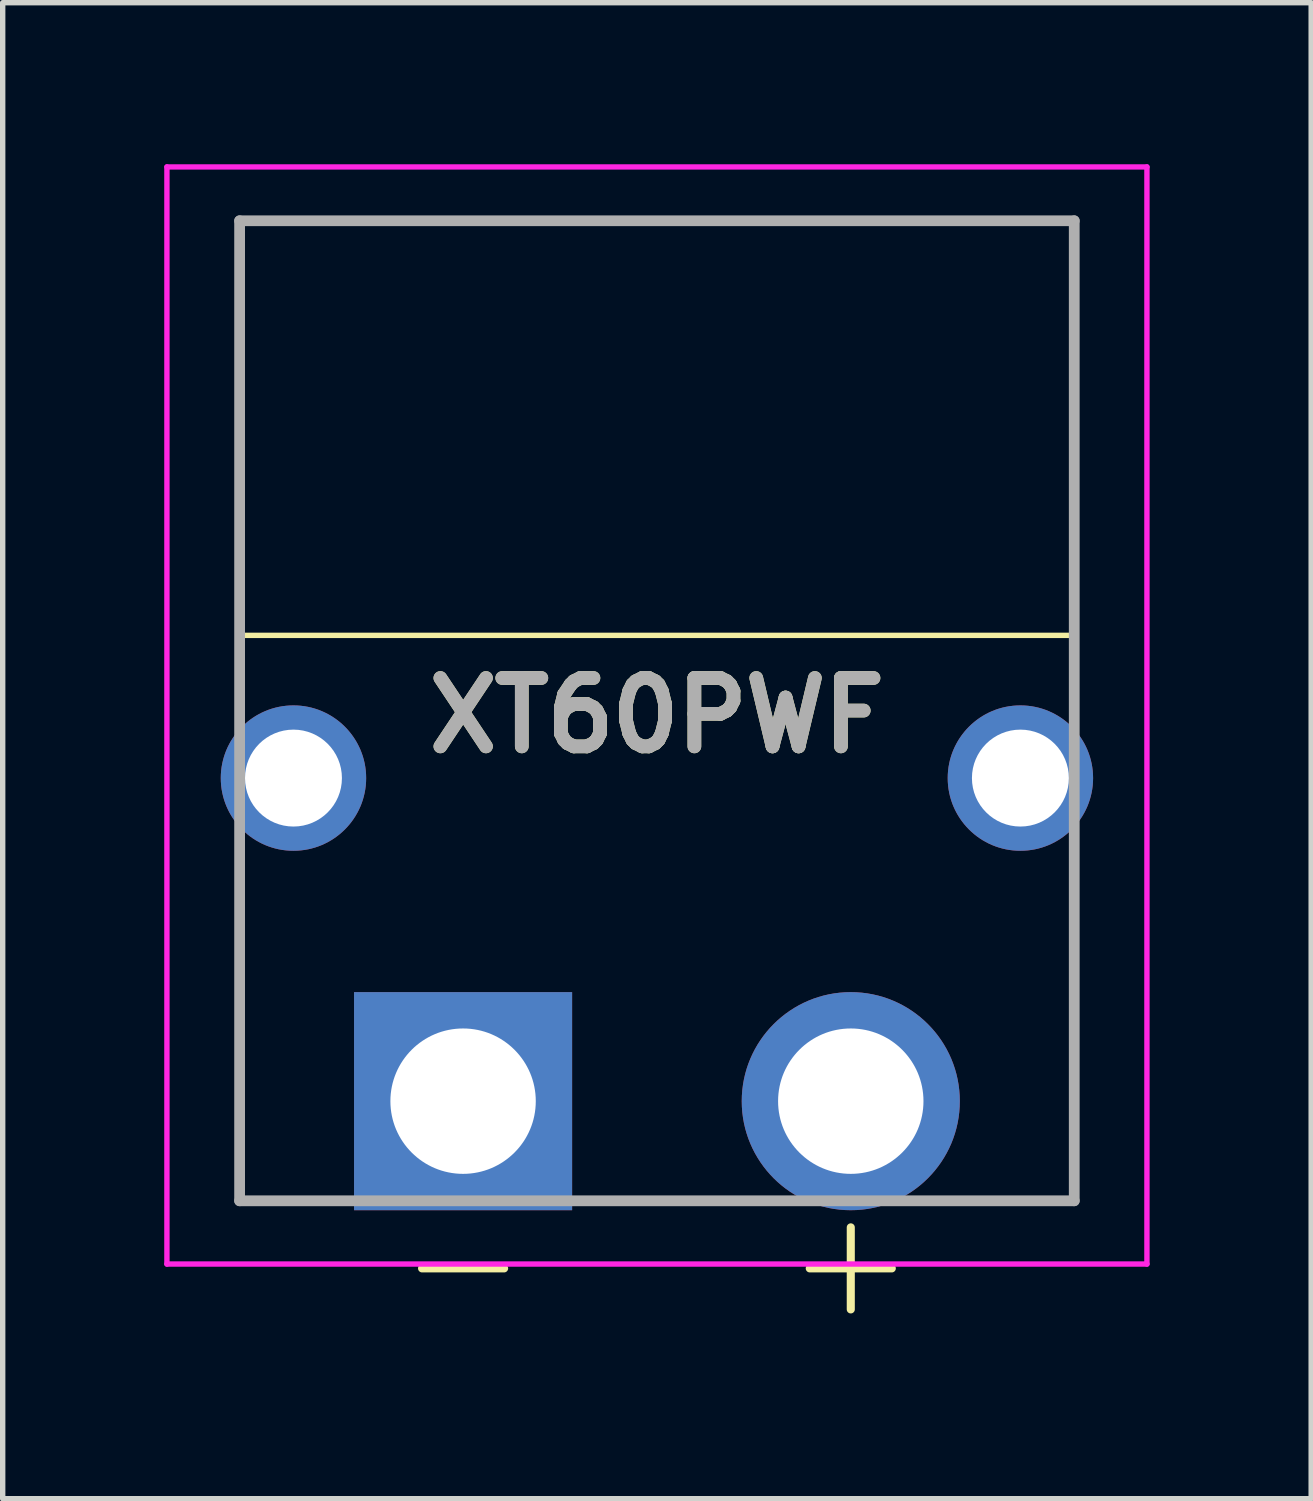
<source format=kicad_pcb>
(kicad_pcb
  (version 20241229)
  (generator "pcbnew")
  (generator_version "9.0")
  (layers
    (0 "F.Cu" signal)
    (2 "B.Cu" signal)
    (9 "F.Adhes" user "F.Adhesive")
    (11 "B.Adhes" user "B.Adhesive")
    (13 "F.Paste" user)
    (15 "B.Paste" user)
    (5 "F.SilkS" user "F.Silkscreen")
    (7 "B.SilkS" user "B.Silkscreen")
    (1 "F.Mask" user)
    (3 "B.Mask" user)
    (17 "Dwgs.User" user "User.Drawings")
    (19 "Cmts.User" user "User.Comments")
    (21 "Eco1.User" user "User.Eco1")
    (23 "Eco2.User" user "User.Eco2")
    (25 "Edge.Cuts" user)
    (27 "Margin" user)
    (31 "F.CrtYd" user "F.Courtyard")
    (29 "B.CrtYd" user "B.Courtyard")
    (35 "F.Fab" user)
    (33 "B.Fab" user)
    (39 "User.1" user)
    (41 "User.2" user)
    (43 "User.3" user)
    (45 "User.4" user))
  (footprint "XT60PWF"
    (layer "F.Cu")
    (at 9.15 17.4)
    (property "Reference" "XT60PWF" (at 0 -7.163 0) (layer "F.SilkS") (effects (font (size 1.27 1.27) (thickness 0.254))))
    (attr through_hole)
    (fp_line (start -7.75 -8.65) (end 7.75 -8.65) (stroke (width 0.1) (type solid)) (layer "F.SilkS"))
    (fp_line (start -7.75 -7) (end -7.75 -8.65) (stroke (width 0.1) (type solid)) (layer "F.SilkS"))
    (fp_line (start -7.75 -3) (end -7.75 1.85) (stroke (width 0.1) (type solid)) (layer "F.SilkS"))
    (fp_line (start -7.75 1.85) (end -5.9 1.85) (stroke (width 0.1) (type solid)) (layer "F.SilkS"))
    (fp_line (start 5.4 1.85) (end 7.75 1.85) (stroke (width 0.1) (type solid)) (layer "F.SilkS"))
    (fp_line (start 7.75 -8.65) (end 7.75 -7) (stroke (width 0.1) (type solid)) (layer "F.SilkS"))
    (fp_line (start 7.75 1.85) (end 7.75 -3) (stroke (width 0.1) (type solid)) (layer "F.SilkS"))
    (fp_line (start -9.1 -17.35) (end 9.1 -17.35) (stroke (width 0.1) (type solid)) (layer "F.CrtYd"))
    (fp_line (start -9.1 3.025) (end -9.1 -17.35) (stroke (width 0.1) (type solid)) (layer "F.CrtYd"))
    (fp_line (start 9.1 -17.35) (end 9.1 3.025) (stroke (width 0.1) (type solid)) (layer "F.CrtYd"))
    (fp_line (start 9.1 3.025) (end -9.1 3.025) (stroke (width 0.1) (type solid)) (layer "F.CrtYd"))
    (fp_line (start -7.75 -16.35) (end 7.75 -16.35) (stroke (width 0.2) (type solid)) (layer "F.Fab"))
    (fp_line (start -7.75 1.85) (end -7.75 -16.35) (stroke (width 0.2) (type solid)) (layer "F.Fab"))
    (fp_line (start 7.75 -16.35) (end 7.75 1.85) (stroke (width 0.2) (type solid)) (layer "F.Fab"))
    (fp_line (start 7.75 1.85) (end -7.75 1.85) (stroke (width 0.2) (type solid)) (layer "F.Fab"))
    (fp_text user "-" (at -3.6 2.95 0) (unlocked yes) (layer "F.SilkS") (effects (font (size 2 2) (thickness 0.15))))
    (fp_text user "+" (at 3.6 2.95 0) (unlocked yes) (layer "F.SilkS") (effects (font (size 2 2) (thickness 0.15))))
    (fp_text user "${REFERENCE}" (at 0 -7.163 0) (layer "F.Fab") (effects (font (size 1.27 1.27) (thickness 0.254))))
    (pad "1" thru_hole rect (at -3.6 0) (size 4.05 4.05) (drill 2.7) (layers "*.Cu" "*.Mask"))
    (pad "2" thru_hole circle (at 3.6 0) (size 4.05 4.05) (drill 2.7) (layers "*.Cu" "*.Mask"))
    (pad "3" thru_hole circle (at 6.75 -6) (size 2.7 2.7) (drill 1.8) (layers "*.Cu" "*.Mask"))
    (pad "4" thru_hole circle (at -6.75 -6) (size 2.7 2.7) (drill 1.8) (layers "*.Cu" "*.Mask")))
  (gr_rect
    (start -3 -3)
    (end 21.3 24.783)
    (stroke (width 0.1) (type default))
    (fill no)
    (layer "Edge.Cuts")))
</source>
